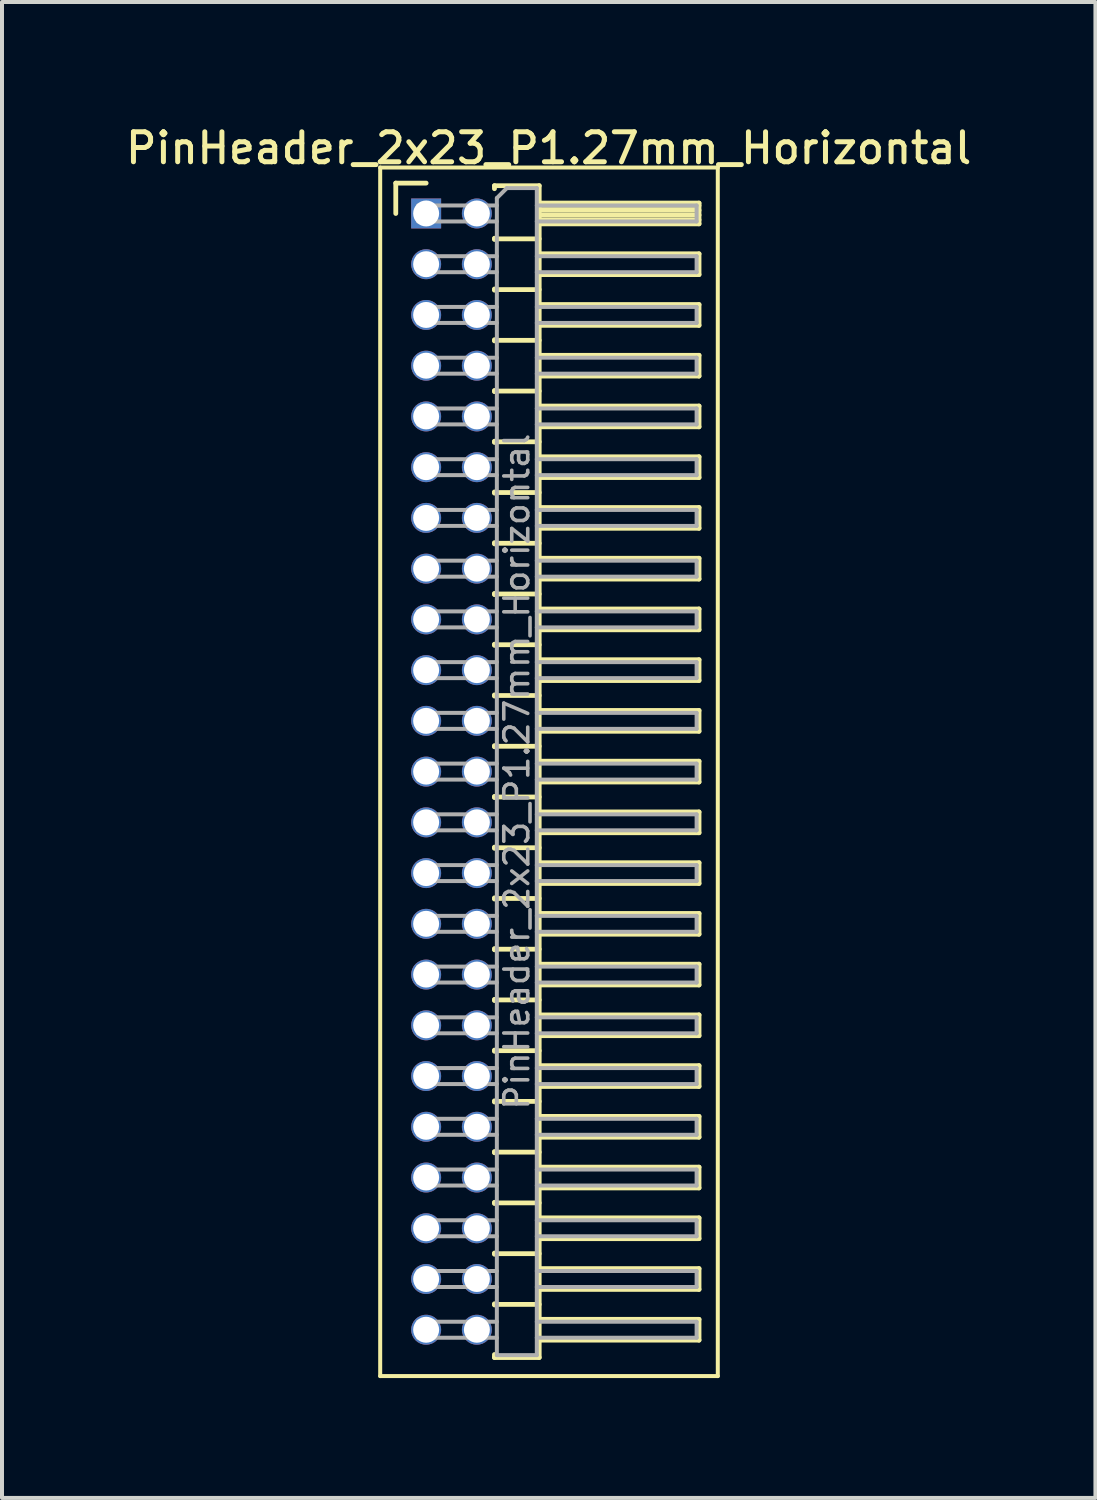
<source format=kicad_pcb>
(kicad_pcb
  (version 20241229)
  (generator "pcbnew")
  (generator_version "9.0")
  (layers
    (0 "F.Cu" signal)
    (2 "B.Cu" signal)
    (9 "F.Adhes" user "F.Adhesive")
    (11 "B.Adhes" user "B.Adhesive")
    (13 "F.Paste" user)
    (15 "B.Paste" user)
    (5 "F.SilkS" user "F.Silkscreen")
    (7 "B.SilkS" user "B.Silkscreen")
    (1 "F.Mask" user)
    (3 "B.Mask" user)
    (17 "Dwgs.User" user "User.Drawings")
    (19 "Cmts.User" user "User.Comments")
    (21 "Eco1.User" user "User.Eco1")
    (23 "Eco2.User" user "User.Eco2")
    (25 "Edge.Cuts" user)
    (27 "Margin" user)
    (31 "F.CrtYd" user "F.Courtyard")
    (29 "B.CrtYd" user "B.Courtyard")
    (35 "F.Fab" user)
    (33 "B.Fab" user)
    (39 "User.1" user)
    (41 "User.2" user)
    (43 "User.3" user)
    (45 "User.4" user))
  (footprint "PinHeader_2x23_P1.27mm_Horizontal"
    (layer "F.Cu")
    (at 7.616 2.293)
    (property "Reference" "PinHeader_2x23_P1.27mm_Horizontal" (at 3.067 -1.635 0) (layer "F.SilkS") (effects (font (size 0.75 0.75) (thickness 0.125))))
    (attr through_hole)
    (fp_line (start -1.15 -1.15) (end -1.15 29.1) (stroke (width 0.1) (type solid)) (layer "F.SilkS"))
    (fp_line (start -1.15 29.1) (end 7.3 29.1) (stroke (width 0.1) (type solid)) (layer "F.SilkS"))
    (fp_line (start -0.76 -0.76) (end 0 -0.76) (stroke (width 0.12) (type solid)) (layer "F.SilkS"))
    (fp_line (start -0.76 0) (end -0.76 -0.76) (stroke (width 0.12) (type solid)) (layer "F.SilkS"))
    (fp_line (start 1.71 -0.695) (end 2.83 -0.695) (stroke (width 0.12) (type solid)) (layer "F.SilkS"))
    (fp_line (start 1.71 -0.62) (end 1.71 -0.695) (stroke (width 0.12) (type solid)) (layer "F.SilkS"))
    (fp_line (start 1.71 0.62) (end 1.71 0.65) (stroke (width 0.12) (type solid)) (layer "F.SilkS"))
    (fp_line (start 1.71 0.635) (end 2.83 0.635) (stroke (width 0.12) (type solid)) (layer "F.SilkS"))
    (fp_line (start 1.71 1.89) (end 1.71 1.92) (stroke (width 0.12) (type solid)) (layer "F.SilkS"))
    (fp_line (start 1.71 1.905) (end 2.83 1.905) (stroke (width 0.12) (type solid)) (layer "F.SilkS"))
    (fp_line (start 1.71 3.16) (end 1.71 3.19) (stroke (width 0.12) (type solid)) (layer "F.SilkS"))
    (fp_line (start 1.71 3.175) (end 2.83 3.175) (stroke (width 0.12) (type solid)) (layer "F.SilkS"))
    (fp_line (start 1.71 4.43) (end 1.71 4.46) (stroke (width 0.12) (type solid)) (layer "F.SilkS"))
    (fp_line (start 1.71 4.445) (end 2.83 4.445) (stroke (width 0.12) (type solid)) (layer "F.SilkS"))
    (fp_line (start 1.71 5.7) (end 1.71 5.73) (stroke (width 0.12) (type solid)) (layer "F.SilkS"))
    (fp_line (start 1.71 5.715) (end 2.83 5.715) (stroke (width 0.12) (type solid)) (layer "F.SilkS"))
    (fp_line (start 1.71 6.97) (end 1.71 7) (stroke (width 0.12) (type solid)) (layer "F.SilkS"))
    (fp_line (start 1.71 6.985) (end 2.83 6.985) (stroke (width 0.12) (type solid)) (layer "F.SilkS"))
    (fp_line (start 1.71 8.24) (end 1.71 8.27) (stroke (width 0.12) (type solid)) (layer "F.SilkS"))
    (fp_line (start 1.71 8.255) (end 2.83 8.255) (stroke (width 0.12) (type solid)) (layer "F.SilkS"))
    (fp_line (start 1.71 9.51) (end 1.71 9.54) (stroke (width 0.12) (type solid)) (layer "F.SilkS"))
    (fp_line (start 1.71 9.525) (end 2.83 9.525) (stroke (width 0.12) (type solid)) (layer "F.SilkS"))
    (fp_line (start 1.71 10.78) (end 1.71 10.81) (stroke (width 0.12) (type solid)) (layer "F.SilkS"))
    (fp_line (start 1.71 10.795) (end 2.83 10.795) (stroke (width 0.12) (type solid)) (layer "F.SilkS"))
    (fp_line (start 1.71 12.05) (end 1.71 12.08) (stroke (width 0.12) (type solid)) (layer "F.SilkS"))
    (fp_line (start 1.71 12.065) (end 2.83 12.065) (stroke (width 0.12) (type solid)) (layer "F.SilkS"))
    (fp_line (start 1.71 13.32) (end 1.71 13.35) (stroke (width 0.12) (type solid)) (layer "F.SilkS"))
    (fp_line (start 1.71 13.335) (end 2.83 13.335) (stroke (width 0.12) (type solid)) (layer "F.SilkS"))
    (fp_line (start 1.71 14.59) (end 1.71 14.62) (stroke (width 0.12) (type solid)) (layer "F.SilkS"))
    (fp_line (start 1.71 14.605) (end 2.83 14.605) (stroke (width 0.12) (type solid)) (layer "F.SilkS"))
    (fp_line (start 1.71 15.86) (end 1.71 15.89) (stroke (width 0.12) (type solid)) (layer "F.SilkS"))
    (fp_line (start 1.71 15.875) (end 2.83 15.875) (stroke (width 0.12) (type solid)) (layer "F.SilkS"))
    (fp_line (start 1.71 17.13) (end 1.71 17.16) (stroke (width 0.12) (type solid)) (layer "F.SilkS"))
    (fp_line (start 1.71 17.145) (end 2.83 17.145) (stroke (width 0.12) (type solid)) (layer "F.SilkS"))
    (fp_line (start 1.71 18.4) (end 1.71 18.43) (stroke (width 0.12) (type solid)) (layer "F.SilkS"))
    (fp_line (start 1.71 18.415) (end 2.83 18.415) (stroke (width 0.12) (type solid)) (layer "F.SilkS"))
    (fp_line (start 1.71 19.67) (end 1.71 19.7) (stroke (width 0.12) (type solid)) (layer "F.SilkS"))
    (fp_line (start 1.71 19.685) (end 2.83 19.685) (stroke (width 0.12) (type solid)) (layer "F.SilkS"))
    (fp_line (start 1.71 20.94) (end 1.71 20.97) (stroke (width 0.12) (type solid)) (layer "F.SilkS"))
    (fp_line (start 1.71 20.955) (end 2.83 20.955) (stroke (width 0.12) (type solid)) (layer "F.SilkS"))
    (fp_line (start 1.71 22.21) (end 1.71 22.24) (stroke (width 0.12) (type solid)) (layer "F.SilkS"))
    (fp_line (start 1.71 22.225) (end 2.83 22.225) (stroke (width 0.12) (type solid)) (layer "F.SilkS"))
    (fp_line (start 1.71 23.48) (end 1.71 23.51) (stroke (width 0.12) (type solid)) (layer "F.SilkS"))
    (fp_line (start 1.71 23.495) (end 2.83 23.495) (stroke (width 0.12) (type solid)) (layer "F.SilkS"))
    (fp_line (start 1.71 24.75) (end 1.71 24.78) (stroke (width 0.12) (type solid)) (layer "F.SilkS"))
    (fp_line (start 1.71 24.765) (end 2.83 24.765) (stroke (width 0.12) (type solid)) (layer "F.SilkS"))
    (fp_line (start 1.71 26.02) (end 1.71 26.05) (stroke (width 0.12) (type solid)) (layer "F.SilkS"))
    (fp_line (start 1.71 26.035) (end 2.83 26.035) (stroke (width 0.12) (type solid)) (layer "F.SilkS"))
    (fp_line (start 1.71 27.29) (end 1.71 27.32) (stroke (width 0.12) (type solid)) (layer "F.SilkS"))
    (fp_line (start 1.71 27.305) (end 2.83 27.305) (stroke (width 0.12) (type solid)) (layer "F.SilkS"))
    (fp_line (start 1.71 28.635) (end 1.71 28.56) (stroke (width 0.12) (type solid)) (layer "F.SilkS"))
    (fp_line (start 2.83 -0.695) (end 2.83 28.635) (stroke (width 0.12) (type solid)) (layer "F.SilkS"))
    (fp_line (start 2.83 -0.26) (end 6.83 -0.26) (stroke (width 0.12) (type solid)) (layer "F.SilkS"))
    (fp_line (start 2.83 -0.2) (end 6.83 -0.2) (stroke (width 0.12) (type solid)) (layer "F.SilkS"))
    (fp_line (start 2.83 -0.08) (end 6.83 -0.08) (stroke (width 0.12) (type solid)) (layer "F.SilkS"))
    (fp_line (start 2.83 0.04) (end 6.83 0.04) (stroke (width 0.12) (type solid)) (layer "F.SilkS"))
    (fp_line (start 2.83 0.16) (end 6.83 0.16) (stroke (width 0.12) (type solid)) (layer "F.SilkS"))
    (fp_line (start 2.83 1.01) (end 6.83 1.01) (stroke (width 0.12) (type solid)) (layer "F.SilkS"))
    (fp_line (start 2.83 2.28) (end 6.83 2.28) (stroke (width 0.12) (type solid)) (layer "F.SilkS"))
    (fp_line (start 2.83 3.55) (end 6.83 3.55) (stroke (width 0.12) (type solid)) (layer "F.SilkS"))
    (fp_line (start 2.83 4.82) (end 6.83 4.82) (stroke (width 0.12) (type solid)) (layer "F.SilkS"))
    (fp_line (start 2.83 6.09) (end 6.83 6.09) (stroke (width 0.12) (type solid)) (layer "F.SilkS"))
    (fp_line (start 2.83 7.36) (end 6.83 7.36) (stroke (width 0.12) (type solid)) (layer "F.SilkS"))
    (fp_line (start 2.83 8.63) (end 6.83 8.63) (stroke (width 0.12) (type solid)) (layer "F.SilkS"))
    (fp_line (start 2.83 9.9) (end 6.83 9.9) (stroke (width 0.12) (type solid)) (layer "F.SilkS"))
    (fp_line (start 2.83 11.17) (end 6.83 11.17) (stroke (width 0.12) (type solid)) (layer "F.SilkS"))
    (fp_line (start 2.83 12.44) (end 6.83 12.44) (stroke (width 0.12) (type solid)) (layer "F.SilkS"))
    (fp_line (start 2.83 13.71) (end 6.83 13.71) (stroke (width 0.12) (type solid)) (layer "F.SilkS"))
    (fp_line (start 2.83 14.98) (end 6.83 14.98) (stroke (width 0.12) (type solid)) (layer "F.SilkS"))
    (fp_line (start 2.83 16.25) (end 6.83 16.25) (stroke (width 0.12) (type solid)) (layer "F.SilkS"))
    (fp_line (start 2.83 17.52) (end 6.83 17.52) (stroke (width 0.12) (type solid)) (layer "F.SilkS"))
    (fp_line (start 2.83 18.79) (end 6.83 18.79) (stroke (width 0.12) (type solid)) (layer "F.SilkS"))
    (fp_line (start 2.83 20.06) (end 6.83 20.06) (stroke (width 0.12) (type solid)) (layer "F.SilkS"))
    (fp_line (start 2.83 21.33) (end 6.83 21.33) (stroke (width 0.12) (type solid)) (layer "F.SilkS"))
    (fp_line (start 2.83 22.6) (end 6.83 22.6) (stroke (width 0.12) (type solid)) (layer "F.SilkS"))
    (fp_line (start 2.83 23.87) (end 6.83 23.87) (stroke (width 0.12) (type solid)) (layer "F.SilkS"))
    (fp_line (start 2.83 25.14) (end 6.83 25.14) (stroke (width 0.12) (type solid)) (layer "F.SilkS"))
    (fp_line (start 2.83 26.41) (end 6.83 26.41) (stroke (width 0.12) (type solid)) (layer "F.SilkS"))
    (fp_line (start 2.83 27.68) (end 6.83 27.68) (stroke (width 0.12) (type solid)) (layer "F.SilkS"))
    (fp_line (start 2.83 28.635) (end 1.71 28.635) (stroke (width 0.12) (type solid)) (layer "F.SilkS"))
    (fp_line (start 6.83 -0.26) (end 6.83 0.26) (stroke (width 0.12) (type solid)) (layer "F.SilkS"))
    (fp_line (start 6.83 0.26) (end 2.83 0.26) (stroke (width 0.12) (type solid)) (layer "F.SilkS"))
    (fp_line (start 6.83 1.01) (end 6.83 1.53) (stroke (width 0.12) (type solid)) (layer "F.SilkS"))
    (fp_line (start 6.83 1.53) (end 2.83 1.53) (stroke (width 0.12) (type solid)) (layer "F.SilkS"))
    (fp_line (start 6.83 2.28) (end 6.83 2.8) (stroke (width 0.12) (type solid)) (layer "F.SilkS"))
    (fp_line (start 6.83 2.8) (end 2.83 2.8) (stroke (width 0.12) (type solid)) (layer "F.SilkS"))
    (fp_line (start 6.83 3.55) (end 6.83 4.07) (stroke (width 0.12) (type solid)) (layer "F.SilkS"))
    (fp_line (start 6.83 4.07) (end 2.83 4.07) (stroke (width 0.12) (type solid)) (layer "F.SilkS"))
    (fp_line (start 6.83 4.82) (end 6.83 5.34) (stroke (width 0.12) (type solid)) (layer "F.SilkS"))
    (fp_line (start 6.83 5.34) (end 2.83 5.34) (stroke (width 0.12) (type solid)) (layer "F.SilkS"))
    (fp_line (start 6.83 6.09) (end 6.83 6.61) (stroke (width 0.12) (type solid)) (layer "F.SilkS"))
    (fp_line (start 6.83 6.61) (end 2.83 6.61) (stroke (width 0.12) (type solid)) (layer "F.SilkS"))
    (fp_line (start 6.83 7.36) (end 6.83 7.88) (stroke (width 0.12) (type solid)) (layer "F.SilkS"))
    (fp_line (start 6.83 7.88) (end 2.83 7.88) (stroke (width 0.12) (type solid)) (layer "F.SilkS"))
    (fp_line (start 6.83 8.63) (end 6.83 9.15) (stroke (width 0.12) (type solid)) (layer "F.SilkS"))
    (fp_line (start 6.83 9.15) (end 2.83 9.15) (stroke (width 0.12) (type solid)) (layer "F.SilkS"))
    (fp_line (start 6.83 9.9) (end 6.83 10.42) (stroke (width 0.12) (type solid)) (layer "F.SilkS"))
    (fp_line (start 6.83 10.42) (end 2.83 10.42) (stroke (width 0.12) (type solid)) (layer "F.SilkS"))
    (fp_line (start 6.83 11.17) (end 6.83 11.69) (stroke (width 0.12) (type solid)) (layer "F.SilkS"))
    (fp_line (start 6.83 11.69) (end 2.83 11.69) (stroke (width 0.12) (type solid)) (layer "F.SilkS"))
    (fp_line (start 6.83 12.44) (end 6.83 12.96) (stroke (width 0.12) (type solid)) (layer "F.SilkS"))
    (fp_line (start 6.83 12.96) (end 2.83 12.96) (stroke (width 0.12) (type solid)) (layer "F.SilkS"))
    (fp_line (start 6.83 13.71) (end 6.83 14.23) (stroke (width 0.12) (type solid)) (layer "F.SilkS"))
    (fp_line (start 6.83 14.23) (end 2.83 14.23) (stroke (width 0.12) (type solid)) (layer "F.SilkS"))
    (fp_line (start 6.83 14.98) (end 6.83 15.5) (stroke (width 0.12) (type solid)) (layer "F.SilkS"))
    (fp_line (start 6.83 15.5) (end 2.83 15.5) (stroke (width 0.12) (type solid)) (layer "F.SilkS"))
    (fp_line (start 6.83 16.25) (end 6.83 16.77) (stroke (width 0.12) (type solid)) (layer "F.SilkS"))
    (fp_line (start 6.83 16.77) (end 2.83 16.77) (stroke (width 0.12) (type solid)) (layer "F.SilkS"))
    (fp_line (start 6.83 17.52) (end 6.83 18.04) (stroke (width 0.12) (type solid)) (layer "F.SilkS"))
    (fp_line (start 6.83 18.04) (end 2.83 18.04) (stroke (width 0.12) (type solid)) (layer "F.SilkS"))
    (fp_line (start 6.83 18.79) (end 6.83 19.31) (stroke (width 0.12) (type solid)) (layer "F.SilkS"))
    (fp_line (start 6.83 19.31) (end 2.83 19.31) (stroke (width 0.12) (type solid)) (layer "F.SilkS"))
    (fp_line (start 6.83 20.06) (end 6.83 20.58) (stroke (width 0.12) (type solid)) (layer "F.SilkS"))
    (fp_line (start 6.83 20.58) (end 2.83 20.58) (stroke (width 0.12) (type solid)) (layer "F.SilkS"))
    (fp_line (start 6.83 21.33) (end 6.83 21.85) (stroke (width 0.12) (type solid)) (layer "F.SilkS"))
    (fp_line (start 6.83 21.85) (end 2.83 21.85) (stroke (width 0.12) (type solid)) (layer "F.SilkS"))
    (fp_line (start 6.83 22.6) (end 6.83 23.12) (stroke (width 0.12) (type solid)) (layer "F.SilkS"))
    (fp_line (start 6.83 23.12) (end 2.83 23.12) (stroke (width 0.12) (type solid)) (layer "F.SilkS"))
    (fp_line (start 6.83 23.87) (end 6.83 24.39) (stroke (width 0.12) (type solid)) (layer "F.SilkS"))
    (fp_line (start 6.83 24.39) (end 2.83 24.39) (stroke (width 0.12) (type solid)) (layer "F.SilkS"))
    (fp_line (start 6.83 25.14) (end 6.83 25.66) (stroke (width 0.12) (type solid)) (layer "F.SilkS"))
    (fp_line (start 6.83 25.66) (end 2.83 25.66) (stroke (width 0.12) (type solid)) (layer "F.SilkS"))
    (fp_line (start 6.83 26.41) (end 6.83 26.93) (stroke (width 0.12) (type solid)) (layer "F.SilkS"))
    (fp_line (start 6.83 26.93) (end 2.83 26.93) (stroke (width 0.12) (type solid)) (layer "F.SilkS"))
    (fp_line (start 6.83 27.68) (end 6.83 28.2) (stroke (width 0.12) (type solid)) (layer "F.SilkS"))
    (fp_line (start 6.83 28.2) (end 2.83 28.2) (stroke (width 0.12) (type solid)) (layer "F.SilkS"))
    (fp_line (start 7.3 -1.15) (end -1.15 -1.15) (stroke (width 0.1) (type solid)) (layer "F.SilkS"))
    (fp_line (start 7.3 29.1) (end 7.3 -1.15) (stroke (width 0.1) (type solid)) (layer "F.SilkS"))
    (fp_line (start -0.2 -0.2) (end -0.2 0.2) (stroke (width 0.1) (type solid)) (layer "F.Fab"))
    (fp_line (start -0.2 -0.2) (end 1.77 -0.2) (stroke (width 0.1) (type solid)) (layer "F.Fab"))
    (fp_line (start -0.2 0.2) (end 1.77 0.2) (stroke (width 0.1) (type solid)) (layer "F.Fab"))
    (fp_line (start -0.2 1.07) (end -0.2 1.47) (stroke (width 0.1) (type solid)) (layer "F.Fab"))
    (fp_line (start -0.2 1.07) (end 1.77 1.07) (stroke (width 0.1) (type solid)) (layer "F.Fab"))
    (fp_line (start -0.2 1.47) (end 1.77 1.47) (stroke (width 0.1) (type solid)) (layer "F.Fab"))
    (fp_line (start -0.2 2.34) (end -0.2 2.74) (stroke (width 0.1) (type solid)) (layer "F.Fab"))
    (fp_line (start -0.2 2.34) (end 1.77 2.34) (stroke (width 0.1) (type solid)) (layer "F.Fab"))
    (fp_line (start -0.2 2.74) (end 1.77 2.74) (stroke (width 0.1) (type solid)) (layer "F.Fab"))
    (fp_line (start -0.2 3.61) (end -0.2 4.01) (stroke (width 0.1) (type solid)) (layer "F.Fab"))
    (fp_line (start -0.2 3.61) (end 1.77 3.61) (stroke (width 0.1) (type solid)) (layer "F.Fab"))
    (fp_line (start -0.2 4.01) (end 1.77 4.01) (stroke (width 0.1) (type solid)) (layer "F.Fab"))
    (fp_line (start -0.2 4.88) (end -0.2 5.28) (stroke (width 0.1) (type solid)) (layer "F.Fab"))
    (fp_line (start -0.2 4.88) (end 1.77 4.88) (stroke (width 0.1) (type solid)) (layer "F.Fab"))
    (fp_line (start -0.2 5.28) (end 1.77 5.28) (stroke (width 0.1) (type solid)) (layer "F.Fab"))
    (fp_line (start -0.2 6.15) (end -0.2 6.55) (stroke (width 0.1) (type solid)) (layer "F.Fab"))
    (fp_line (start -0.2 6.15) (end 1.77 6.15) (stroke (width 0.1) (type solid)) (layer "F.Fab"))
    (fp_line (start -0.2 6.55) (end 1.77 6.55) (stroke (width 0.1) (type solid)) (layer "F.Fab"))
    (fp_line (start -0.2 7.42) (end -0.2 7.82) (stroke (width 0.1) (type solid)) (layer "F.Fab"))
    (fp_line (start -0.2 7.42) (end 1.77 7.42) (stroke (width 0.1) (type solid)) (layer "F.Fab"))
    (fp_line (start -0.2 7.82) (end 1.77 7.82) (stroke (width 0.1) (type solid)) (layer "F.Fab"))
    (fp_line (start -0.2 8.69) (end -0.2 9.09) (stroke (width 0.1) (type solid)) (layer "F.Fab"))
    (fp_line (start -0.2 8.69) (end 1.77 8.69) (stroke (width 0.1) (type solid)) (layer "F.Fab"))
    (fp_line (start -0.2 9.09) (end 1.77 9.09) (stroke (width 0.1) (type solid)) (layer "F.Fab"))
    (fp_line (start -0.2 9.96) (end -0.2 10.36) (stroke (width 0.1) (type solid)) (layer "F.Fab"))
    (fp_line (start -0.2 9.96) (end 1.77 9.96) (stroke (width 0.1) (type solid)) (layer "F.Fab"))
    (fp_line (start -0.2 10.36) (end 1.77 10.36) (stroke (width 0.1) (type solid)) (layer "F.Fab"))
    (fp_line (start -0.2 11.23) (end -0.2 11.63) (stroke (width 0.1) (type solid)) (layer "F.Fab"))
    (fp_line (start -0.2 11.23) (end 1.77 11.23) (stroke (width 0.1) (type solid)) (layer "F.Fab"))
    (fp_line (start -0.2 11.63) (end 1.77 11.63) (stroke (width 0.1) (type solid)) (layer "F.Fab"))
    (fp_line (start -0.2 12.5) (end -0.2 12.9) (stroke (width 0.1) (type solid)) (layer "F.Fab"))
    (fp_line (start -0.2 12.5) (end 1.77 12.5) (stroke (width 0.1) (type solid)) (layer "F.Fab"))
    (fp_line (start -0.2 12.9) (end 1.77 12.9) (stroke (width 0.1) (type solid)) (layer "F.Fab"))
    (fp_line (start -0.2 13.77) (end -0.2 14.17) (stroke (width 0.1) (type solid)) (layer "F.Fab"))
    (fp_line (start -0.2 13.77) (end 1.77 13.77) (stroke (width 0.1) (type solid)) (layer "F.Fab"))
    (fp_line (start -0.2 14.17) (end 1.77 14.17) (stroke (width 0.1) (type solid)) (layer "F.Fab"))
    (fp_line (start -0.2 15.04) (end -0.2 15.44) (stroke (width 0.1) (type solid)) (layer "F.Fab"))
    (fp_line (start -0.2 15.04) (end 1.77 15.04) (stroke (width 0.1) (type solid)) (layer "F.Fab"))
    (fp_line (start -0.2 15.44) (end 1.77 15.44) (stroke (width 0.1) (type solid)) (layer "F.Fab"))
    (fp_line (start -0.2 16.31) (end -0.2 16.71) (stroke (width 0.1) (type solid)) (layer "F.Fab"))
    (fp_line (start -0.2 16.31) (end 1.77 16.31) (stroke (width 0.1) (type solid)) (layer "F.Fab"))
    (fp_line (start -0.2 16.71) (end 1.77 16.71) (stroke (width 0.1) (type solid)) (layer "F.Fab"))
    (fp_line (start -0.2 17.58) (end -0.2 17.98) (stroke (width 0.1) (type solid)) (layer "F.Fab"))
    (fp_line (start -0.2 17.58) (end 1.77 17.58) (stroke (width 0.1) (type solid)) (layer "F.Fab"))
    (fp_line (start -0.2 17.98) (end 1.77 17.98) (stroke (width 0.1) (type solid)) (layer "F.Fab"))
    (fp_line (start -0.2 18.85) (end -0.2 19.25) (stroke (width 0.1) (type solid)) (layer "F.Fab"))
    (fp_line (start -0.2 18.85) (end 1.77 18.85) (stroke (width 0.1) (type solid)) (layer "F.Fab"))
    (fp_line (start -0.2 19.25) (end 1.77 19.25) (stroke (width 0.1) (type solid)) (layer "F.Fab"))
    (fp_line (start -0.2 20.12) (end -0.2 20.52) (stroke (width 0.1) (type solid)) (layer "F.Fab"))
    (fp_line (start -0.2 20.12) (end 1.77 20.12) (stroke (width 0.1) (type solid)) (layer "F.Fab"))
    (fp_line (start -0.2 20.52) (end 1.77 20.52) (stroke (width 0.1) (type solid)) (layer "F.Fab"))
    (fp_line (start -0.2 21.39) (end -0.2 21.79) (stroke (width 0.1) (type solid)) (layer "F.Fab"))
    (fp_line (start -0.2 21.39) (end 1.77 21.39) (stroke (width 0.1) (type solid)) (layer "F.Fab"))
    (fp_line (start -0.2 21.79) (end 1.77 21.79) (stroke (width 0.1) (type solid)) (layer "F.Fab"))
    (fp_line (start -0.2 22.66) (end -0.2 23.06) (stroke (width 0.1) (type solid)) (layer "F.Fab"))
    (fp_line (start -0.2 22.66) (end 1.77 22.66) (stroke (width 0.1) (type solid)) (layer "F.Fab"))
    (fp_line (start -0.2 23.06) (end 1.77 23.06) (stroke (width 0.1) (type solid)) (layer "F.Fab"))
    (fp_line (start -0.2 23.93) (end -0.2 24.33) (stroke (width 0.1) (type solid)) (layer "F.Fab"))
    (fp_line (start -0.2 23.93) (end 1.77 23.93) (stroke (width 0.1) (type solid)) (layer "F.Fab"))
    (fp_line (start -0.2 24.33) (end 1.77 24.33) (stroke (width 0.1) (type solid)) (layer "F.Fab"))
    (fp_line (start -0.2 25.2) (end -0.2 25.6) (stroke (width 0.1) (type solid)) (layer "F.Fab"))
    (fp_line (start -0.2 25.2) (end 1.77 25.2) (stroke (width 0.1) (type solid)) (layer "F.Fab"))
    (fp_line (start -0.2 25.6) (end 1.77 25.6) (stroke (width 0.1) (type solid)) (layer "F.Fab"))
    (fp_line (start -0.2 26.47) (end -0.2 26.87) (stroke (width 0.1) (type solid)) (layer "F.Fab"))
    (fp_line (start -0.2 26.47) (end 1.77 26.47) (stroke (width 0.1) (type solid)) (layer "F.Fab"))
    (fp_line (start -0.2 26.87) (end 1.77 26.87) (stroke (width 0.1) (type solid)) (layer "F.Fab"))
    (fp_line (start -0.2 27.74) (end -0.2 28.14) (stroke (width 0.1) (type solid)) (layer "F.Fab"))
    (fp_line (start -0.2 27.74) (end 1.77 27.74) (stroke (width 0.1) (type solid)) (layer "F.Fab"))
    (fp_line (start -0.2 28.14) (end 1.77 28.14) (stroke (width 0.1) (type solid)) (layer "F.Fab"))
    (fp_line (start 1.77 -0.385) (end 2.02 -0.635) (stroke (width 0.1) (type solid)) (layer "F.Fab"))
    (fp_line (start 1.77 28.575) (end 1.77 -0.385) (stroke (width 0.1) (type solid)) (layer "F.Fab"))
    (fp_line (start 2.02 -0.635) (end 2.77 -0.635) (stroke (width 0.1) (type solid)) (layer "F.Fab"))
    (fp_line (start 2.77 -0.635) (end 2.77 28.575) (stroke (width 0.1) (type solid)) (layer "F.Fab"))
    (fp_line (start 2.77 -0.2) (end 6.77 -0.2) (stroke (width 0.1) (type solid)) (layer "F.Fab"))
    (fp_line (start 2.77 0.2) (end 6.77 0.2) (stroke (width 0.1) (type solid)) (layer "F.Fab"))
    (fp_line (start 2.77 1.07) (end 6.77 1.07) (stroke (width 0.1) (type solid)) (layer "F.Fab"))
    (fp_line (start 2.77 1.47) (end 6.77 1.47) (stroke (width 0.1) (type solid)) (layer "F.Fab"))
    (fp_line (start 2.77 2.34) (end 6.77 2.34) (stroke (width 0.1) (type solid)) (layer "F.Fab"))
    (fp_line (start 2.77 2.74) (end 6.77 2.74) (stroke (width 0.1) (type solid)) (layer "F.Fab"))
    (fp_line (start 2.77 3.61) (end 6.77 3.61) (stroke (width 0.1) (type solid)) (layer "F.Fab"))
    (fp_line (start 2.77 4.01) (end 6.77 4.01) (stroke (width 0.1) (type solid)) (layer "F.Fab"))
    (fp_line (start 2.77 4.88) (end 6.77 4.88) (stroke (width 0.1) (type solid)) (layer "F.Fab"))
    (fp_line (start 2.77 5.28) (end 6.77 5.28) (stroke (width 0.1) (type solid)) (layer "F.Fab"))
    (fp_line (start 2.77 6.15) (end 6.77 6.15) (stroke (width 0.1) (type solid)) (layer "F.Fab"))
    (fp_line (start 2.77 6.55) (end 6.77 6.55) (stroke (width 0.1) (type solid)) (layer "F.Fab"))
    (fp_line (start 2.77 7.42) (end 6.77 7.42) (stroke (width 0.1) (type solid)) (layer "F.Fab"))
    (fp_line (start 2.77 7.82) (end 6.77 7.82) (stroke (width 0.1) (type solid)) (layer "F.Fab"))
    (fp_line (start 2.77 8.69) (end 6.77 8.69) (stroke (width 0.1) (type solid)) (layer "F.Fab"))
    (fp_line (start 2.77 9.09) (end 6.77 9.09) (stroke (width 0.1) (type solid)) (layer "F.Fab"))
    (fp_line (start 2.77 9.96) (end 6.77 9.96) (stroke (width 0.1) (type solid)) (layer "F.Fab"))
    (fp_line (start 2.77 10.36) (end 6.77 10.36) (stroke (width 0.1) (type solid)) (layer "F.Fab"))
    (fp_line (start 2.77 11.23) (end 6.77 11.23) (stroke (width 0.1) (type solid)) (layer "F.Fab"))
    (fp_line (start 2.77 11.63) (end 6.77 11.63) (stroke (width 0.1) (type solid)) (layer "F.Fab"))
    (fp_line (start 2.77 12.5) (end 6.77 12.5) (stroke (width 0.1) (type solid)) (layer "F.Fab"))
    (fp_line (start 2.77 12.9) (end 6.77 12.9) (stroke (width 0.1) (type solid)) (layer "F.Fab"))
    (fp_line (start 2.77 13.77) (end 6.77 13.77) (stroke (width 0.1) (type solid)) (layer "F.Fab"))
    (fp_line (start 2.77 14.17) (end 6.77 14.17) (stroke (width 0.1) (type solid)) (layer "F.Fab"))
    (fp_line (start 2.77 15.04) (end 6.77 15.04) (stroke (width 0.1) (type solid)) (layer "F.Fab"))
    (fp_line (start 2.77 15.44) (end 6.77 15.44) (stroke (width 0.1) (type solid)) (layer "F.Fab"))
    (fp_line (start 2.77 16.31) (end 6.77 16.31) (stroke (width 0.1) (type solid)) (layer "F.Fab"))
    (fp_line (start 2.77 16.71) (end 6.77 16.71) (stroke (width 0.1) (type solid)) (layer "F.Fab"))
    (fp_line (start 2.77 17.58) (end 6.77 17.58) (stroke (width 0.1) (type solid)) (layer "F.Fab"))
    (fp_line (start 2.77 17.98) (end 6.77 17.98) (stroke (width 0.1) (type solid)) (layer "F.Fab"))
    (fp_line (start 2.77 18.85) (end 6.77 18.85) (stroke (width 0.1) (type solid)) (layer "F.Fab"))
    (fp_line (start 2.77 19.25) (end 6.77 19.25) (stroke (width 0.1) (type solid)) (layer "F.Fab"))
    (fp_line (start 2.77 20.12) (end 6.77 20.12) (stroke (width 0.1) (type solid)) (layer "F.Fab"))
    (fp_line (start 2.77 20.52) (end 6.77 20.52) (stroke (width 0.1) (type solid)) (layer "F.Fab"))
    (fp_line (start 2.77 21.39) (end 6.77 21.39) (stroke (width 0.1) (type solid)) (layer "F.Fab"))
    (fp_line (start 2.77 21.79) (end 6.77 21.79) (stroke (width 0.1) (type solid)) (layer "F.Fab"))
    (fp_line (start 2.77 22.66) (end 6.77 22.66) (stroke (width 0.1) (type solid)) (layer "F.Fab"))
    (fp_line (start 2.77 23.06) (end 6.77 23.06) (stroke (width 0.1) (type solid)) (layer "F.Fab"))
    (fp_line (start 2.77 23.93) (end 6.77 23.93) (stroke (width 0.1) (type solid)) (layer "F.Fab"))
    (fp_line (start 2.77 24.33) (end 6.77 24.33) (stroke (width 0.1) (type solid)) (layer "F.Fab"))
    (fp_line (start 2.77 25.2) (end 6.77 25.2) (stroke (width 0.1) (type solid)) (layer "F.Fab"))
    (fp_line (start 2.77 25.6) (end 6.77 25.6) (stroke (width 0.1) (type solid)) (layer "F.Fab"))
    (fp_line (start 2.77 26.47) (end 6.77 26.47) (stroke (width 0.1) (type solid)) (layer "F.Fab"))
    (fp_line (start 2.77 26.87) (end 6.77 26.87) (stroke (width 0.1) (type solid)) (layer "F.Fab"))
    (fp_line (start 2.77 27.74) (end 6.77 27.74) (stroke (width 0.1) (type solid)) (layer "F.Fab"))
    (fp_line (start 2.77 28.14) (end 6.77 28.14) (stroke (width 0.1) (type solid)) (layer "F.Fab"))
    (fp_line (start 2.77 28.575) (end 1.77 28.575) (stroke (width 0.1) (type solid)) (layer "F.Fab"))
    (fp_line (start 6.77 -0.2) (end 6.77 0.2) (stroke (width 0.1) (type solid)) (layer "F.Fab"))
    (fp_line (start 6.77 1.07) (end 6.77 1.47) (stroke (width 0.1) (type solid)) (layer "F.Fab"))
    (fp_line (start 6.77 2.34) (end 6.77 2.74) (stroke (width 0.1) (type solid)) (layer "F.Fab"))
    (fp_line (start 6.77 3.61) (end 6.77 4.01) (stroke (width 0.1) (type solid)) (layer "F.Fab"))
    (fp_line (start 6.77 4.88) (end 6.77 5.28) (stroke (width 0.1) (type solid)) (layer "F.Fab"))
    (fp_line (start 6.77 6.15) (end 6.77 6.55) (stroke (width 0.1) (type solid)) (layer "F.Fab"))
    (fp_line (start 6.77 7.42) (end 6.77 7.82) (stroke (width 0.1) (type solid)) (layer "F.Fab"))
    (fp_line (start 6.77 8.69) (end 6.77 9.09) (stroke (width 0.1) (type solid)) (layer "F.Fab"))
    (fp_line (start 6.77 9.96) (end 6.77 10.36) (stroke (width 0.1) (type solid)) (layer "F.Fab"))
    (fp_line (start 6.77 11.23) (end 6.77 11.63) (stroke (width 0.1) (type solid)) (layer "F.Fab"))
    (fp_line (start 6.77 12.5) (end 6.77 12.9) (stroke (width 0.1) (type solid)) (layer "F.Fab"))
    (fp_line (start 6.77 13.77) (end 6.77 14.17) (stroke (width 0.1) (type solid)) (layer "F.Fab"))
    (fp_line (start 6.77 15.04) (end 6.77 15.44) (stroke (width 0.1) (type solid)) (layer "F.Fab"))
    (fp_line (start 6.77 16.31) (end 6.77 16.71) (stroke (width 0.1) (type solid)) (layer "F.Fab"))
    (fp_line (start 6.77 17.58) (end 6.77 17.98) (stroke (width 0.1) (type solid)) (layer "F.Fab"))
    (fp_line (start 6.77 18.85) (end 6.77 19.25) (stroke (width 0.1) (type solid)) (layer "F.Fab"))
    (fp_line (start 6.77 20.12) (end 6.77 20.52) (stroke (width 0.1) (type solid)) (layer "F.Fab"))
    (fp_line (start 6.77 21.39) (end 6.77 21.79) (stroke (width 0.1) (type solid)) (layer "F.Fab"))
    (fp_line (start 6.77 22.66) (end 6.77 23.06) (stroke (width 0.1) (type solid)) (layer "F.Fab"))
    (fp_line (start 6.77 23.93) (end 6.77 24.33) (stroke (width 0.1) (type solid)) (layer "F.Fab"))
    (fp_line (start 6.77 25.2) (end 6.77 25.6) (stroke (width 0.1) (type solid)) (layer "F.Fab"))
    (fp_line (start 6.77 26.47) (end 6.77 26.87) (stroke (width 0.1) (type solid)) (layer "F.Fab"))
    (fp_line (start 6.77 27.74) (end 6.77 28.14) (stroke (width 0.1) (type solid)) (layer "F.Fab"))
    (fp_text user "${REFERENCE}" (at 2.27 13.97 90) (layer "F.Fab") (effects (font (size 0.6 0.6) (thickness 0.09))))
    (pad "1" thru_hole rect (at 0 0) (size 0.75 0.75) (drill 0.65) (layers "*.Cu" "*.Mask"))
    (pad "2" thru_hole oval (at 1.27 0) (size 0.75 0.75) (drill 0.65) (layers "*.Cu" "*.Mask"))
    (pad "3" thru_hole oval (at 0 1.27) (size 0.75 0.75) (drill 0.65) (layers "*.Cu" "*.Mask"))
    (pad "4" thru_hole oval (at 1.27 1.27) (size 0.75 0.75) (drill 0.65) (layers "*.Cu" "*.Mask"))
    (pad "5" thru_hole oval (at 0 2.54) (size 0.75 0.75) (drill 0.65) (layers "*.Cu" "*.Mask"))
    (pad "6" thru_hole oval (at 1.27 2.54) (size 0.75 0.75) (drill 0.65) (layers "*.Cu" "*.Mask"))
    (pad "7" thru_hole oval (at 0 3.81) (size 0.75 0.75) (drill 0.65) (layers "*.Cu" "*.Mask"))
    (pad "8" thru_hole oval (at 1.27 3.81) (size 0.75 0.75) (drill 0.65) (layers "*.Cu" "*.Mask"))
    (pad "9" thru_hole oval (at 0 5.08) (size 0.75 0.75) (drill 0.65) (layers "*.Cu" "*.Mask"))
    (pad "10" thru_hole oval (at 1.27 5.08) (size 0.75 0.75) (drill 0.65) (layers "*.Cu" "*.Mask"))
    (pad "11" thru_hole oval (at 0 6.35) (size 0.75 0.75) (drill 0.65) (layers "*.Cu" "*.Mask"))
    (pad "12" thru_hole oval (at 1.27 6.35) (size 0.75 0.75) (drill 0.65) (layers "*.Cu" "*.Mask"))
    (pad "13" thru_hole oval (at 0 7.62) (size 0.75 0.75) (drill 0.65) (layers "*.Cu" "*.Mask"))
    (pad "14" thru_hole oval (at 1.27 7.62) (size 0.75 0.75) (drill 0.65) (layers "*.Cu" "*.Mask"))
    (pad "15" thru_hole oval (at 0 8.89) (size 0.75 0.75) (drill 0.65) (layers "*.Cu" "*.Mask"))
    (pad "16" thru_hole oval (at 1.27 8.89) (size 0.75 0.75) (drill 0.65) (layers "*.Cu" "*.Mask"))
    (pad "17" thru_hole oval (at 0 10.16) (size 0.75 0.75) (drill 0.65) (layers "*.Cu" "*.Mask"))
    (pad "18" thru_hole oval (at 1.27 10.16) (size 0.75 0.75) (drill 0.65) (layers "*.Cu" "*.Mask"))
    (pad "19" thru_hole oval (at 0 11.43) (size 0.75 0.75) (drill 0.65) (layers "*.Cu" "*.Mask"))
    (pad "20" thru_hole oval (at 1.27 11.43) (size 0.75 0.75) (drill 0.65) (layers "*.Cu" "*.Mask"))
    (pad "21" thru_hole oval (at 0 12.7) (size 0.75 0.75) (drill 0.65) (layers "*.Cu" "*.Mask"))
    (pad "22" thru_hole oval (at 1.27 12.7) (size 0.75 0.75) (drill 0.65) (layers "*.Cu" "*.Mask"))
    (pad "23" thru_hole oval (at 0 13.97) (size 0.75 0.75) (drill 0.65) (layers "*.Cu" "*.Mask"))
    (pad "24" thru_hole oval (at 1.27 13.97) (size 0.75 0.75) (drill 0.65) (layers "*.Cu" "*.Mask"))
    (pad "25" thru_hole oval (at 0 15.24) (size 0.75 0.75) (drill 0.65) (layers "*.Cu" "*.Mask"))
    (pad "26" thru_hole oval (at 1.27 15.24) (size 0.75 0.75) (drill 0.65) (layers "*.Cu" "*.Mask"))
    (pad "27" thru_hole oval (at 0 16.51) (size 0.75 0.75) (drill 0.65) (layers "*.Cu" "*.Mask"))
    (pad "28" thru_hole oval (at 1.27 16.51) (size 0.75 0.75) (drill 0.65) (layers "*.Cu" "*.Mask"))
    (pad "29" thru_hole oval (at 0 17.78) (size 0.75 0.75) (drill 0.65) (layers "*.Cu" "*.Mask"))
    (pad "30" thru_hole oval (at 1.27 17.78) (size 0.75 0.75) (drill 0.65) (layers "*.Cu" "*.Mask"))
    (pad "31" thru_hole oval (at 0 19.05) (size 0.75 0.75) (drill 0.65) (layers "*.Cu" "*.Mask"))
    (pad "32" thru_hole oval (at 1.27 19.05) (size 0.75 0.75) (drill 0.65) (layers "*.Cu" "*.Mask"))
    (pad "33" thru_hole oval (at 0 20.32) (size 0.75 0.75) (drill 0.65) (layers "*.Cu" "*.Mask"))
    (pad "34" thru_hole oval (at 1.27 20.32) (size 0.75 0.75) (drill 0.65) (layers "*.Cu" "*.Mask"))
    (pad "35" thru_hole oval (at 0 21.59) (size 0.75 0.75) (drill 0.65) (layers "*.Cu" "*.Mask"))
    (pad "36" thru_hole oval (at 1.27 21.59) (size 0.75 0.75) (drill 0.65) (layers "*.Cu" "*.Mask"))
    (pad "37" thru_hole oval (at 0 22.86) (size 0.75 0.75) (drill 0.65) (layers "*.Cu" "*.Mask"))
    (pad "38" thru_hole oval (at 1.27 22.86) (size 0.75 0.75) (drill 0.65) (layers "*.Cu" "*.Mask"))
    (pad "39" thru_hole oval (at 0 24.13) (size 0.75 0.75) (drill 0.65) (layers "*.Cu" "*.Mask"))
    (pad "40" thru_hole oval (at 1.27 24.13) (size 0.75 0.75) (drill 0.65) (layers "*.Cu" "*.Mask"))
    (pad "41" thru_hole oval (at 0 25.4) (size 0.75 0.75) (drill 0.65) (layers "*.Cu" "*.Mask"))
    (pad "42" thru_hole oval (at 1.27 25.4) (size 0.75 0.75) (drill 0.65) (layers "*.Cu" "*.Mask"))
    (pad "43" thru_hole oval (at 0 26.67) (size 0.75 0.75) (drill 0.65) (layers "*.Cu" "*.Mask"))
    (pad "44" thru_hole oval (at 1.27 26.67) (size 0.75 0.75) (drill 0.65) (layers "*.Cu" "*.Mask"))
    (pad "45" thru_hole oval (at 0 27.94) (size 0.75 0.75) (drill 0.65) (layers "*.Cu" "*.Mask"))
    (pad "46" thru_hole oval (at 1.27 27.94) (size 0.75 0.75) (drill 0.65) (layers "*.Cu" "*.Mask")))
  (gr_rect
    (start -3 -3)
    (end 24.368 34.443)
    (stroke (width 0.1) (type default))
    (fill no)
    (layer "Edge.Cuts")))
</source>
